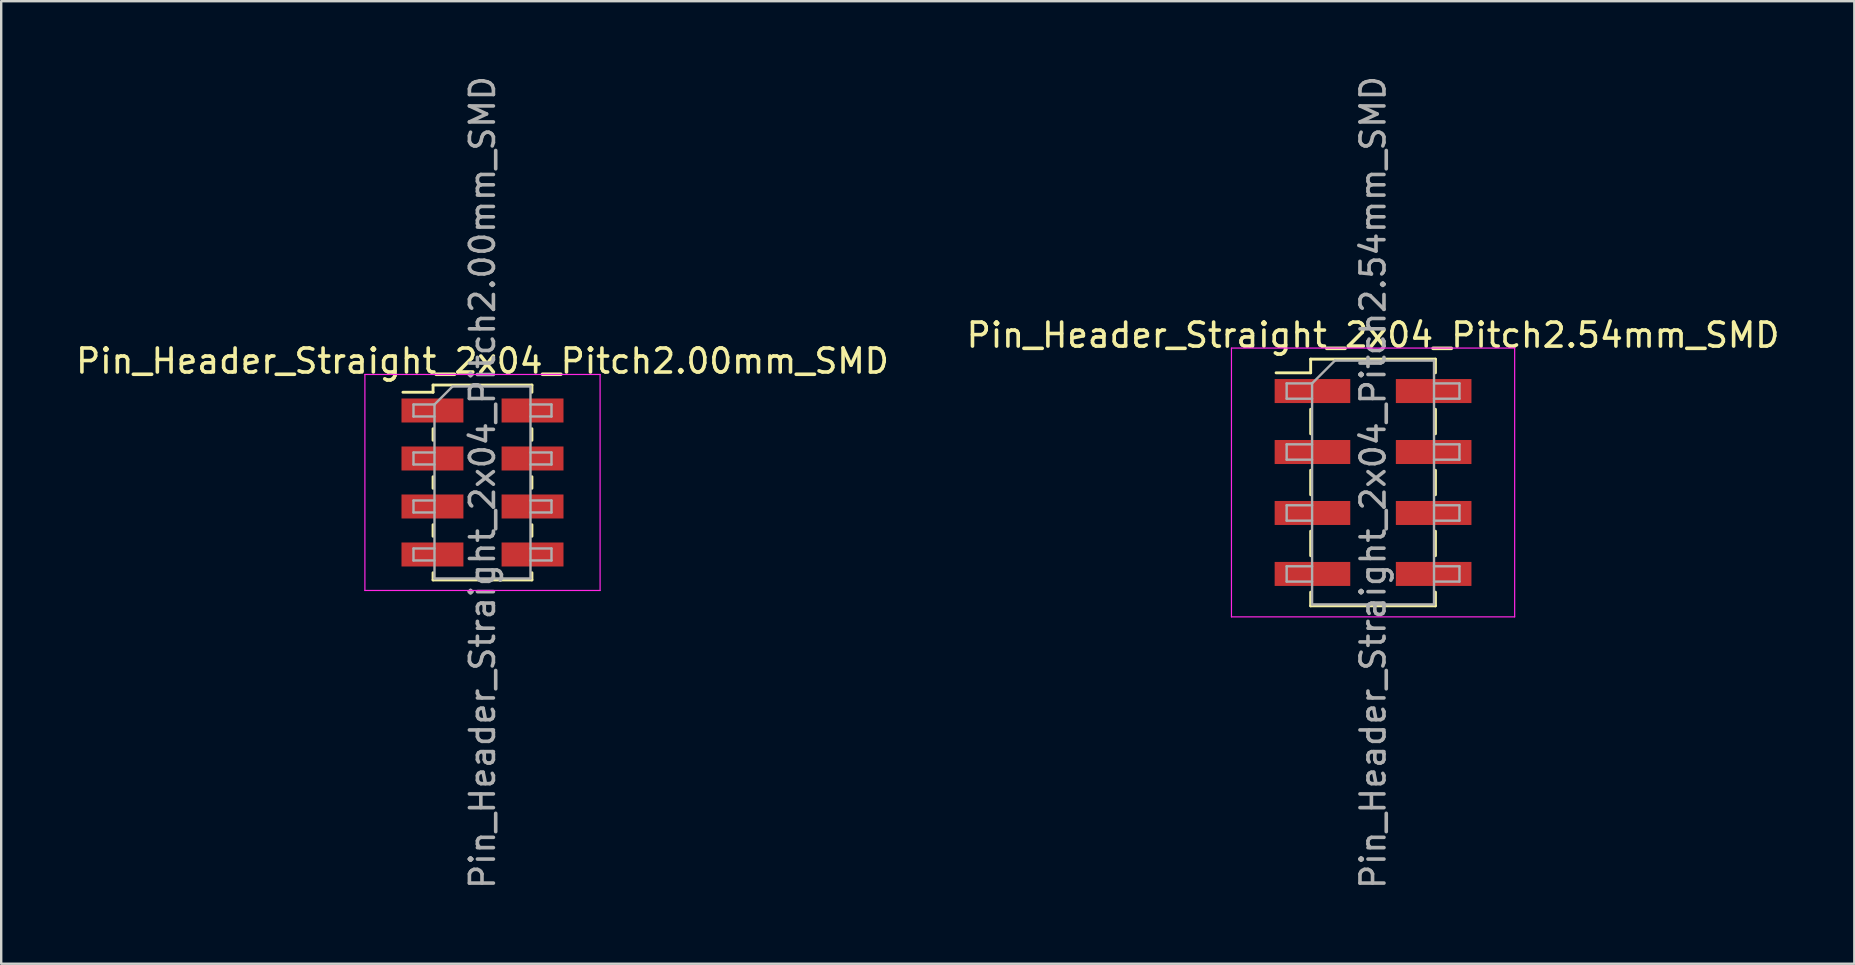
<source format=kicad_pcb>
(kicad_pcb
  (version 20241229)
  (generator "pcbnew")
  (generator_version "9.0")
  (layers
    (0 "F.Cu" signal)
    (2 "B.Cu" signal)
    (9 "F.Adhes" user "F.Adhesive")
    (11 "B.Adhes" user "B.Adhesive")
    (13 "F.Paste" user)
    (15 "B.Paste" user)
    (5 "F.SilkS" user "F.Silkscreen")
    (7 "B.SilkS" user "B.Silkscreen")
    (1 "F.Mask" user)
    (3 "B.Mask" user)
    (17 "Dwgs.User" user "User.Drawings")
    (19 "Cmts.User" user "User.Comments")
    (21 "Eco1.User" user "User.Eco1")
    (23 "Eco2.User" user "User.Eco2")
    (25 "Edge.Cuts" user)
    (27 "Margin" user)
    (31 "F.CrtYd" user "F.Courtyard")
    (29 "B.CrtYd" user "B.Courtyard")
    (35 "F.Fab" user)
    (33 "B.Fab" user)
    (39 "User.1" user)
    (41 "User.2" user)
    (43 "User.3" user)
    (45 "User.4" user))
  (footprint "Pin_Header_Straight_2x04_Pitch2.54mm_SMD"
    (layer "F.Cu")
    (at 54.161 17.054)
    (property "Reference" "Pin_Header_Straight_2x04_Pitch2.54mm_SMD" (at 0 -6.14 0) (layer "F.SilkS") (effects (font (size 1 1) (thickness 0.15))))
    (attr smd)
    (fp_line (start -4.04 -4.57) (end -2.6 -4.57) (stroke (width 0.12) (type solid)) (layer "F.SilkS"))
    (fp_line (start -2.6 -5.14) (end -2.6 -4.57) (stroke (width 0.12) (type solid)) (layer "F.SilkS"))
    (fp_line (start -2.6 -5.14) (end 2.6 -5.14) (stroke (width 0.12) (type solid)) (layer "F.SilkS"))
    (fp_line (start -2.6 -3.05) (end -2.6 -2.03) (stroke (width 0.12) (type solid)) (layer "F.SilkS"))
    (fp_line (start -2.6 -0.51) (end -2.6 0.51) (stroke (width 0.12) (type solid)) (layer "F.SilkS"))
    (fp_line (start -2.6 2.03) (end -2.6 3.05) (stroke (width 0.12) (type solid)) (layer "F.SilkS"))
    (fp_line (start -2.6 4.57) (end -2.6 5.14) (stroke (width 0.12) (type solid)) (layer "F.SilkS"))
    (fp_line (start -2.6 5.14) (end 2.6 5.14) (stroke (width 0.12) (type solid)) (layer "F.SilkS"))
    (fp_line (start 2.6 -5.14) (end 2.6 -4.57) (stroke (width 0.12) (type solid)) (layer "F.SilkS"))
    (fp_line (start 2.6 -3.05) (end 2.6 -2.03) (stroke (width 0.12) (type solid)) (layer "F.SilkS"))
    (fp_line (start 2.6 -0.51) (end 2.6 0.51) (stroke (width 0.12) (type solid)) (layer "F.SilkS"))
    (fp_line (start 2.6 2.03) (end 2.6 3.05) (stroke (width 0.12) (type solid)) (layer "F.SilkS"))
    (fp_line (start 2.6 4.57) (end 2.6 5.14) (stroke (width 0.12) (type solid)) (layer "F.SilkS"))
    (fp_line (start -5.9 -5.6) (end -5.9 5.6) (stroke (width 0.05) (type solid)) (layer "F.CrtYd"))
    (fp_line (start -5.9 5.6) (end 5.9 5.6) (stroke (width 0.05) (type solid)) (layer "F.CrtYd"))
    (fp_line (start 5.9 -5.6) (end -5.9 -5.6) (stroke (width 0.05) (type solid)) (layer "F.CrtYd"))
    (fp_line (start 5.9 5.6) (end 5.9 -5.6) (stroke (width 0.05) (type solid)) (layer "F.CrtYd"))
    (fp_line (start -3.6 -4.13) (end -3.6 -3.49) (stroke (width 0.1) (type solid)) (layer "F.Fab"))
    (fp_line (start -3.6 -3.49) (end -2.54 -3.49) (stroke (width 0.1) (type solid)) (layer "F.Fab"))
    (fp_line (start -3.6 -1.59) (end -3.6 -0.95) (stroke (width 0.1) (type solid)) (layer "F.Fab"))
    (fp_line (start -3.6 -0.95) (end -2.54 -0.95) (stroke (width 0.1) (type solid)) (layer "F.Fab"))
    (fp_line (start -3.6 0.95) (end -3.6 1.59) (stroke (width 0.1) (type solid)) (layer "F.Fab"))
    (fp_line (start -3.6 1.59) (end -2.54 1.59) (stroke (width 0.1) (type solid)) (layer "F.Fab"))
    (fp_line (start -3.6 3.49) (end -3.6 4.13) (stroke (width 0.1) (type solid)) (layer "F.Fab"))
    (fp_line (start -3.6 4.13) (end -2.54 4.13) (stroke (width 0.1) (type solid)) (layer "F.Fab"))
    (fp_line (start -2.54 -4.13) (end -3.6 -4.13) (stroke (width 0.1) (type solid)) (layer "F.Fab"))
    (fp_line (start -2.54 -4.13) (end -1.59 -5.08) (stroke (width 0.1) (type solid)) (layer "F.Fab"))
    (fp_line (start -2.54 -1.59) (end -3.6 -1.59) (stroke (width 0.1) (type solid)) (layer "F.Fab"))
    (fp_line (start -2.54 0.95) (end -3.6 0.95) (stroke (width 0.1) (type solid)) (layer "F.Fab"))
    (fp_line (start -2.54 3.49) (end -3.6 3.49) (stroke (width 0.1) (type solid)) (layer "F.Fab"))
    (fp_line (start -2.54 5.08) (end -2.54 -4.13) (stroke (width 0.1) (type solid)) (layer "F.Fab"))
    (fp_line (start -1.59 -5.08) (end 2.54 -5.08) (stroke (width 0.1) (type solid)) (layer "F.Fab"))
    (fp_line (start 2.54 -5.08) (end 2.54 5.08) (stroke (width 0.1) (type solid)) (layer "F.Fab"))
    (fp_line (start 2.54 -4.13) (end 3.6 -4.13) (stroke (width 0.1) (type solid)) (layer "F.Fab"))
    (fp_line (start 2.54 -1.59) (end 3.6 -1.59) (stroke (width 0.1) (type solid)) (layer "F.Fab"))
    (fp_line (start 2.54 0.95) (end 3.6 0.95) (stroke (width 0.1) (type solid)) (layer "F.Fab"))
    (fp_line (start 2.54 3.49) (end 3.6 3.49) (stroke (width 0.1) (type solid)) (layer "F.Fab"))
    (fp_line (start 2.54 5.08) (end -2.54 5.08) (stroke (width 0.1) (type solid)) (layer "F.Fab"))
    (fp_line (start 3.6 -4.13) (end 3.6 -3.49) (stroke (width 0.1) (type solid)) (layer "F.Fab"))
    (fp_line (start 3.6 -3.49) (end 2.54 -3.49) (stroke (width 0.1) (type solid)) (layer "F.Fab"))
    (fp_line (start 3.6 -1.59) (end 3.6 -0.95) (stroke (width 0.1) (type solid)) (layer "F.Fab"))
    (fp_line (start 3.6 -0.95) (end 2.54 -0.95) (stroke (width 0.1) (type solid)) (layer "F.Fab"))
    (fp_line (start 3.6 0.95) (end 3.6 1.59) (stroke (width 0.1) (type solid)) (layer "F.Fab"))
    (fp_line (start 3.6 1.59) (end 2.54 1.59) (stroke (width 0.1) (type solid)) (layer "F.Fab"))
    (fp_line (start 3.6 3.49) (end 3.6 4.13) (stroke (width 0.1) (type solid)) (layer "F.Fab"))
    (fp_line (start 3.6 4.13) (end 2.54 4.13) (stroke (width 0.1) (type solid)) (layer "F.Fab"))
    (fp_text user "${REFERENCE}" (at 0 0 90) (layer "F.Fab") (effects (font (size 1 1) (thickness 0.15))))
    (pad "1" smd rect (at -2.525 -3.81) (size 3.15 1) (layers "F.Cu" "F.Mask" "F.Paste"))
    (pad "2" smd rect (at 2.525 -3.81) (size 3.15 1) (layers "F.Cu" "F.Mask" "F.Paste"))
    (pad "3" smd rect (at -2.525 -1.27) (size 3.15 1) (layers "F.Cu" "F.Mask" "F.Paste"))
    (pad "4" smd rect (at 2.525 -1.27) (size 3.15 1) (layers "F.Cu" "F.Mask" "F.Paste"))
    (pad "5" smd rect (at -2.525 1.27) (size 3.15 1) (layers "F.Cu" "F.Mask" "F.Paste"))
    (pad "6" smd rect (at 2.525 1.27) (size 3.15 1) (layers "F.Cu" "F.Mask" "F.Paste"))
    (pad "7" smd rect (at -2.525 3.81) (size 3.15 1) (layers "F.Cu" "F.Mask" "F.Paste"))
    (pad "8" smd rect (at 2.525 3.81) (size 3.15 1) (layers "F.Cu" "F.Mask" "F.Paste")))
  (footprint "Pin_Header_Straight_2x04_Pitch2.00mm_SMD"
    (layer "F.Cu")
    (at 17.054 17.054)
    (property "Reference" "Pin_Header_Straight_2x04_Pitch2.00mm_SMD" (at 0 -5.06 0) (layer "F.SilkS") (effects (font (size 1 1) (thickness 0.15))))
    (attr smd)
    (fp_line (start -3.315 -3.76) (end -2.06 -3.76) (stroke (width 0.12) (type solid)) (layer "F.SilkS"))
    (fp_line (start -2.06 -4.06) (end -2.06 -3.76) (stroke (width 0.12) (type solid)) (layer "F.SilkS"))
    (fp_line (start -2.06 -4.06) (end 2.06 -4.06) (stroke (width 0.12) (type solid)) (layer "F.SilkS"))
    (fp_line (start -2.06 -2.24) (end -2.06 -1.76) (stroke (width 0.12) (type solid)) (layer "F.SilkS"))
    (fp_line (start -2.06 -0.24) (end -2.06 0.24) (stroke (width 0.12) (type solid)) (layer "F.SilkS"))
    (fp_line (start -2.06 1.76) (end -2.06 2.24) (stroke (width 0.12) (type solid)) (layer "F.SilkS"))
    (fp_line (start -2.06 3.76) (end -2.06 4.06) (stroke (width 0.12) (type solid)) (layer "F.SilkS"))
    (fp_line (start -2.06 4.06) (end 2.06 4.06) (stroke (width 0.12) (type solid)) (layer "F.SilkS"))
    (fp_line (start 2.06 -4.06) (end 2.06 -3.76) (stroke (width 0.12) (type solid)) (layer "F.SilkS"))
    (fp_line (start 2.06 -2.24) (end 2.06 -1.76) (stroke (width 0.12) (type solid)) (layer "F.SilkS"))
    (fp_line (start 2.06 -0.24) (end 2.06 0.24) (stroke (width 0.12) (type solid)) (layer "F.SilkS"))
    (fp_line (start 2.06 1.76) (end 2.06 2.24) (stroke (width 0.12) (type solid)) (layer "F.SilkS"))
    (fp_line (start 2.06 3.76) (end 2.06 4.06) (stroke (width 0.12) (type solid)) (layer "F.SilkS"))
    (fp_line (start -4.9 -4.5) (end -4.9 4.5) (stroke (width 0.05) (type solid)) (layer "F.CrtYd"))
    (fp_line (start -4.9 4.5) (end 4.9 4.5) (stroke (width 0.05) (type solid)) (layer "F.CrtYd"))
    (fp_line (start 4.9 -4.5) (end -4.9 -4.5) (stroke (width 0.05) (type solid)) (layer "F.CrtYd"))
    (fp_line (start 4.9 4.5) (end 4.9 -4.5) (stroke (width 0.05) (type solid)) (layer "F.CrtYd"))
    (fp_line (start -2.875 -3.25) (end -2.875 -2.75) (stroke (width 0.1) (type solid)) (layer "F.Fab"))
    (fp_line (start -2.875 -2.75) (end -2 -2.75) (stroke (width 0.1) (type solid)) (layer "F.Fab"))
    (fp_line (start -2.875 -1.25) (end -2.875 -0.75) (stroke (width 0.1) (type solid)) (layer "F.Fab"))
    (fp_line (start -2.875 -0.75) (end -2 -0.75) (stroke (width 0.1) (type solid)) (layer "F.Fab"))
    (fp_line (start -2.875 0.75) (end -2.875 1.25) (stroke (width 0.1) (type solid)) (layer "F.Fab"))
    (fp_line (start -2.875 1.25) (end -2 1.25) (stroke (width 0.1) (type solid)) (layer "F.Fab"))
    (fp_line (start -2.875 2.75) (end -2.875 3.25) (stroke (width 0.1) (type solid)) (layer "F.Fab"))
    (fp_line (start -2.875 3.25) (end -2 3.25) (stroke (width 0.1) (type solid)) (layer "F.Fab"))
    (fp_line (start -2 -3.25) (end -2.875 -3.25) (stroke (width 0.1) (type solid)) (layer "F.Fab"))
    (fp_line (start -2 -3.25) (end -1.25 -4) (stroke (width 0.1) (type solid)) (layer "F.Fab"))
    (fp_line (start -2 -1.25) (end -2.875 -1.25) (stroke (width 0.1) (type solid)) (layer "F.Fab"))
    (fp_line (start -2 0.75) (end -2.875 0.75) (stroke (width 0.1) (type solid)) (layer "F.Fab"))
    (fp_line (start -2 2.75) (end -2.875 2.75) (stroke (width 0.1) (type solid)) (layer "F.Fab"))
    (fp_line (start -2 4) (end -2 -3.25) (stroke (width 0.1) (type solid)) (layer "F.Fab"))
    (fp_line (start -1.25 -4) (end 2 -4) (stroke (width 0.1) (type solid)) (layer "F.Fab"))
    (fp_line (start 2 -4) (end 2 4) (stroke (width 0.1) (type solid)) (layer "F.Fab"))
    (fp_line (start 2 -3.25) (end 2.875 -3.25) (stroke (width 0.1) (type solid)) (layer "F.Fab"))
    (fp_line (start 2 -1.25) (end 2.875 -1.25) (stroke (width 0.1) (type solid)) (layer "F.Fab"))
    (fp_line (start 2 0.75) (end 2.875 0.75) (stroke (width 0.1) (type solid)) (layer "F.Fab"))
    (fp_line (start 2 2.75) (end 2.875 2.75) (stroke (width 0.1) (type solid)) (layer "F.Fab"))
    (fp_line (start 2 4) (end -2 4) (stroke (width 0.1) (type solid)) (layer "F.Fab"))
    (fp_line (start 2.875 -3.25) (end 2.875 -2.75) (stroke (width 0.1) (type solid)) (layer "F.Fab"))
    (fp_line (start 2.875 -2.75) (end 2 -2.75) (stroke (width 0.1) (type solid)) (layer "F.Fab"))
    (fp_line (start 2.875 -1.25) (end 2.875 -0.75) (stroke (width 0.1) (type solid)) (layer "F.Fab"))
    (fp_line (start 2.875 -0.75) (end 2 -0.75) (stroke (width 0.1) (type solid)) (layer "F.Fab"))
    (fp_line (start 2.875 0.75) (end 2.875 1.25) (stroke (width 0.1) (type solid)) (layer "F.Fab"))
    (fp_line (start 2.875 1.25) (end 2 1.25) (stroke (width 0.1) (type solid)) (layer "F.Fab"))
    (fp_line (start 2.875 2.75) (end 2.875 3.25) (stroke (width 0.1) (type solid)) (layer "F.Fab"))
    (fp_line (start 2.875 3.25) (end 2 3.25) (stroke (width 0.1) (type solid)) (layer "F.Fab"))
    (fp_text user "${REFERENCE}" (at 0 0 90) (layer "F.Fab") (effects (font (size 1 1) (thickness 0.15))))
    (pad "1" smd rect (at -2.085 -3) (size 2.58 1) (layers "F.Cu" "F.Mask" "F.Paste"))
    (pad "2" smd rect (at 2.085 -3) (size 2.58 1) (layers "F.Cu" "F.Mask" "F.Paste"))
    (pad "3" smd rect (at -2.085 -1) (size 2.58 1) (layers "F.Cu" "F.Mask" "F.Paste"))
    (pad "4" smd rect (at 2.085 -1) (size 2.58 1) (layers "F.Cu" "F.Mask" "F.Paste"))
    (pad "5" smd rect (at -2.085 1) (size 2.58 1) (layers "F.Cu" "F.Mask" "F.Paste"))
    (pad "6" smd rect (at 2.085 1) (size 2.58 1) (layers "F.Cu" "F.Mask" "F.Paste"))
    (pad "7" smd rect (at -2.085 3) (size 2.58 1) (layers "F.Cu" "F.Mask" "F.Paste"))
    (pad "8" smd rect (at 2.085 3) (size 2.58 1) (layers "F.Cu" "F.Mask" "F.Paste")))
  (gr_rect
    (start -3 -3)
    (end 74.214 37.107)
    (stroke (width 0.1) (type default))
    (fill no)
    (layer "Edge.Cuts")))
</source>
